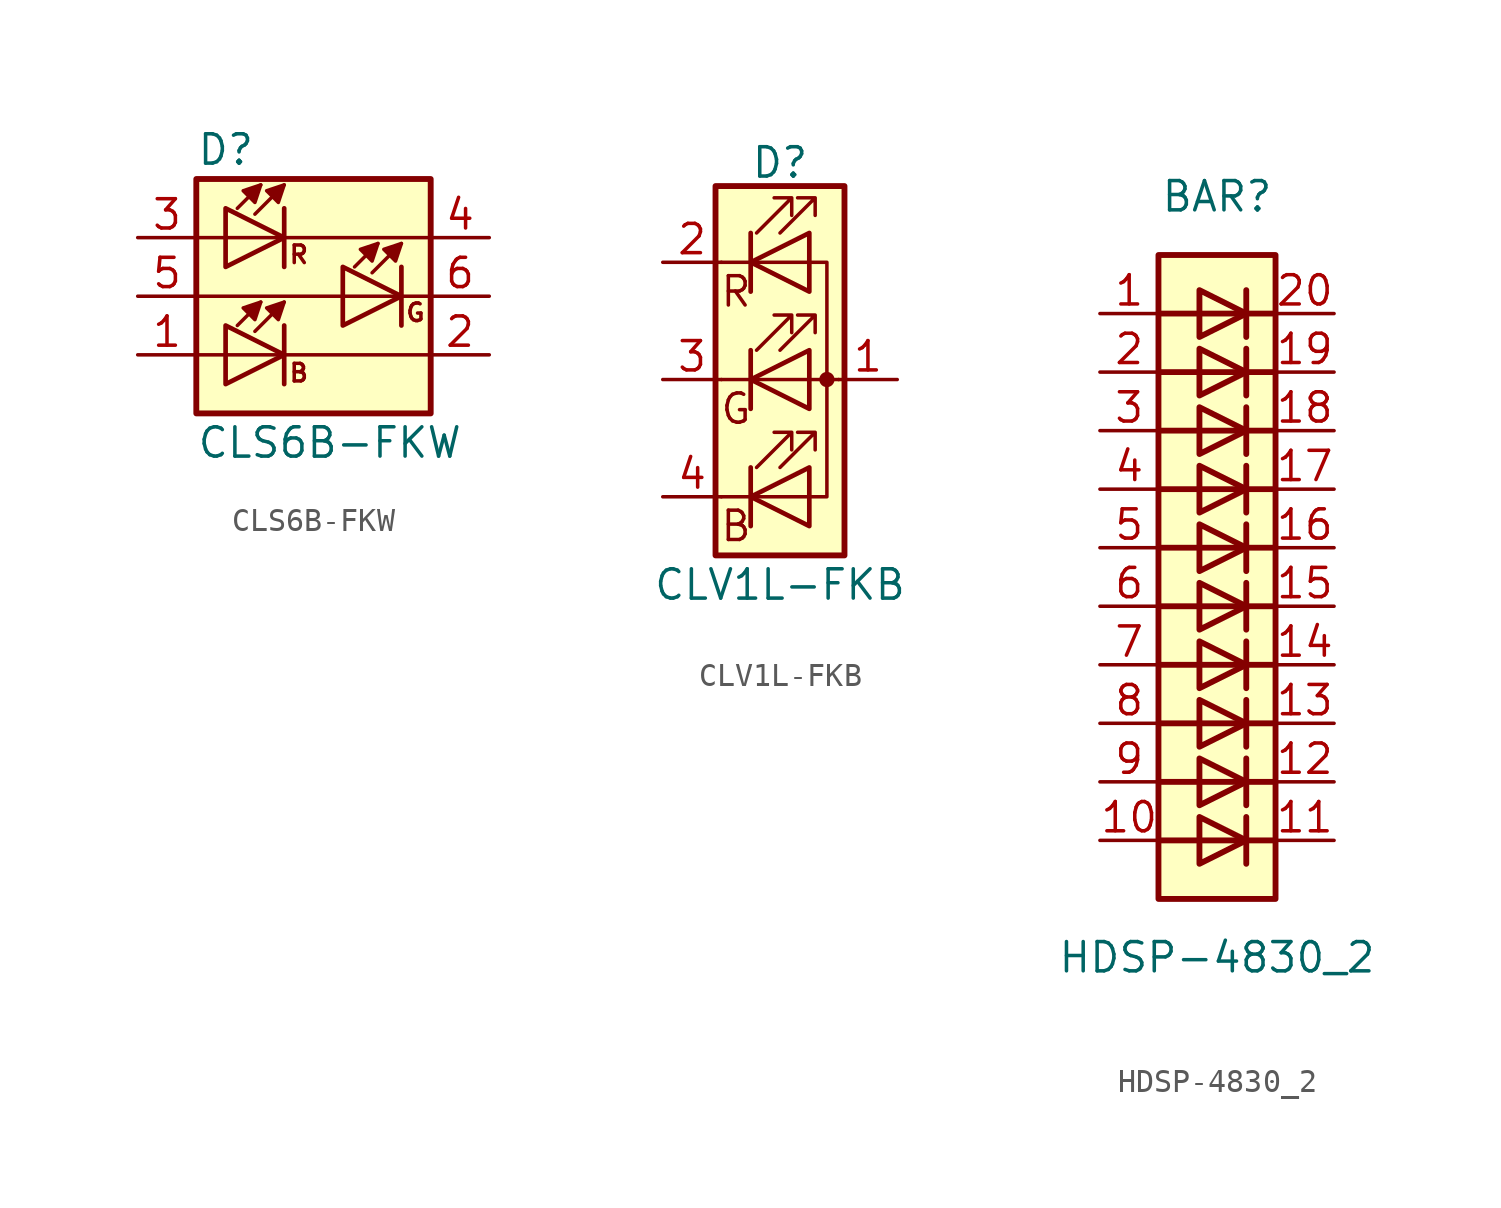
<source format=kicad_sym>
(kicad_symbol_lib
  (version 20201005)
  (generator kicad_symbol_editor)
  (symbol "CLS6B-FKW"
    (pin_names hide)
    (property "Reference" "D"
      (at -5.08 6.35 0)
      (effects (font (size 1.27 1.27)) (justify left)))
    (property "Value" "CLS6B-FKW"
      (at -5.08 -6.35 0)
      (effects (font (size 1.27 1.27)) (justify left)))
    (symbol "CLS6B-FKW_0_0"
      (text "B" (at -0.635 -3.327 0) (effects (font (size 0.762 0.762))))
      (text "G" (at 4.42 -0.711 0) (effects (font (size 0.762 0.762))))
      (text "R" (at -0.635 1.803 0) (effects (font (size 0.762 0.762)))))
    (symbol "CLS6B-FKW_0_1"
      (rectangle (start -5.08 5.08) (end 5.08 -5.08) (stroke (width 0.254)) (fill (type background)))
      (polyline (pts (xy -5.105 0) (xy 5.08 0)) (stroke (width 0)) (fill (type none)))
      (polyline (pts (xy -5.08 -2.54) (xy 5.08 -2.54)) (stroke (width 0)) (fill (type none)))
      (polyline (pts (xy -5.08 2.54) (xy 5.08 2.54)) (stroke (width 0)) (fill (type none)))
      (polyline (pts (xy -2.54 -1.524) (xy -1.27 -0.254)) (stroke (width 0)) (fill (type none)))
      (polyline (pts (xy -2.54 3.556) (xy -1.27 4.826)) (stroke (width 0)) (fill (type none)))
      (polyline (pts (xy -2.286 -0.254) (xy -3.302 -1.27)) (stroke (width 0)) (fill (type none)))
      (polyline (pts (xy -2.286 4.826) (xy -3.302 3.81)) (stroke (width 0)) (fill (type none)))
      (polyline (pts (xy -1.27 -1.27) (xy -1.27 -3.81)) (stroke (width 0.203)) (fill (type none)))
      (polyline (pts (xy -1.27 3.81) (xy -1.27 1.27)) (stroke (width 0.203)) (fill (type none)))
      (polyline (pts (xy 2.54 1.016) (xy 3.81 2.286)) (stroke (width 0)) (fill (type none)))
      (polyline (pts (xy 2.794 2.286) (xy 1.778 1.27)) (stroke (width 0)) (fill (type none)))
      (polyline (pts (xy 3.81 1.27) (xy 3.81 -1.27)) (stroke (width 0.203)) (fill (type none)))
      (polyline (pts (xy -3.81 -1.27) (xy -3.81 -3.81) (xy -1.27 -2.54) (xy -3.81 -1.27)) (stroke (width 0.203)) (fill (type none)))
      (polyline (pts (xy -3.81 3.81) (xy -3.81 1.27) (xy -1.27 2.54) (xy -3.81 3.81)) (stroke (width 0.203)) (fill (type none)))
      (polyline (pts (xy -2.286 -0.254) (xy -2.54 -1.016) (xy -3.048 -0.508) (xy -2.286 -0.254)) (stroke (width 0)) (fill (type outline)))
      (polyline (pts (xy -2.286 4.826) (xy -2.54 4.064) (xy -3.048 4.572) (xy -2.286 4.826)) (stroke (width 0)) (fill (type outline)))
      (polyline (pts (xy -1.27 -0.254) (xy -1.524 -1.016) (xy -2.032 -0.508) (xy -1.27 -0.254)) (stroke (width 0)) (fill (type outline)))
      (polyline (pts (xy -1.27 4.826) (xy -1.524 4.064) (xy -2.032 4.572) (xy -1.27 4.826)) (stroke (width 0)) (fill (type outline)))
      (polyline (pts (xy 1.27 1.27) (xy 1.27 -1.27) (xy 3.81 0) (xy 1.27 1.27)) (stroke (width 0.203)) (fill (type none)))
      (polyline (pts (xy 2.794 2.286) (xy 2.54 1.524) (xy 2.032 2.032) (xy 2.794 2.286)) (stroke (width 0)) (fill (type outline)))
      (polyline (pts (xy 3.81 2.286) (xy 3.556 1.524) (xy 3.048 2.032) (xy 3.81 2.286)) (stroke (width 0)) (fill (type outline))))
    (symbol "CLS6B-FKW_1_1"
      (pin passive line (at -7.62 -2.54 0) (length 2.54) (name "AB" (effects (font (size 1.27 1.27)))) (number "1" (effects (font (size 1.27 1.27)))))
      (pin passive line (at 7.62 -2.54 180) (length 2.54) (name "KB" (effects (font (size 1.27 1.27)))) (number "2" (effects (font (size 1.27 1.27)))))
      (pin passive line (at -7.62 2.54 0) (length 2.54) (name "AR" (effects (font (size 1.27 1.27)))) (number "3" (effects (font (size 1.27 1.27)))))
      (pin passive line (at 7.62 2.54 180) (length 2.54) (name "KR" (effects (font (size 1.27 1.27)))) (number "4" (effects (font (size 1.27 1.27)))))
      (pin passive line (at -7.62 0 0) (length 2.54) (name "AG" (effects (font (size 1.27 1.27)))) (number "5" (effects (font (size 1.27 1.27)))))
      (pin passive line (at 7.62 0 180) (length 2.54) (name "KR" (effects (font (size 1.27 1.27)))) (number "6" (effects (font (size 1.27 1.27)))))))
  (symbol "CLV1L-FKB"
    (pin_names
      (offset 0) hide)
    (property "Reference" "D"
      (at 0 9.398 0)
      (effects (font (size 1.27 1.27))))
    (property "Value" "CLV1L-FKB"
      (at 0 -8.89 0)
      (effects (font (size 1.27 1.27))))
    (symbol "CLV1L-FKB_0_0"
      (text "B" (at -1.905 -6.35 0) (effects (font (size 1.27 1.27))))
      (text "G" (at -1.905 -1.27 0) (effects (font (size 1.27 1.27))))
      (text "R" (at -1.905 3.81 0) (effects (font (size 1.27 1.27)))))
    (symbol "CLV1L-FKB_0_1"
      (circle (center 2.032 0) (radius 0.254) (stroke (width 0)) (fill (type outline)))
      (rectangle (start 1.27 6.35) (end 1.27 6.35) (stroke (width 0)) (fill (type none)))
      (rectangle (start 2.794 8.382) (end -2.794 -7.62) (stroke (width 0.254)) (fill (type background)))
      (polyline (pts (xy -2.54 -5.08) (xy 1.27 -5.08)) (stroke (width 0)) (fill (type none)))
      (polyline (pts (xy -1.27 -3.81) (xy -1.27 -6.35)) (stroke (width 0.203)) (fill (type none)))
      (polyline (pts (xy -1.27 1.27) (xy -1.27 -1.27)) (stroke (width 0.203)) (fill (type none)))
      (polyline (pts (xy -1.27 6.35) (xy -1.27 3.81)) (stroke (width 0.203)) (fill (type none)))
      (polyline (pts (xy 1.27 5.08) (xy -2.54 5.08)) (stroke (width 0)) (fill (type none)))
      (polyline (pts (xy 2.54 0) (xy -2.54 0)) (stroke (width 0)) (fill (type none)))
      (polyline (pts (xy 1.27 -5.08) (xy 2.032 -5.08) (xy 2.032 5.08) (xy 1.27 5.08)) (stroke (width 0)) (fill (type none)))
      (polyline (pts (xy 1.27 -3.81) (xy 1.27 -6.35) (xy -1.27 -5.08) (xy 1.27 -3.81)) (stroke (width 0.203)) (fill (type none)))
      (polyline (pts (xy 1.27 1.27) (xy 1.27 -1.27) (xy -1.27 0) (xy 1.27 1.27)) (stroke (width 0.203)) (fill (type none)))
      (polyline (pts (xy 1.27 6.35) (xy 1.27 3.81) (xy -1.27 5.08) (xy 1.27 6.35)) (stroke (width 0.203)) (fill (type none)))
      (polyline (pts (xy -1.016 -3.81) (xy 0.508 -2.286) (xy -0.254 -2.286) (xy 0.508 -2.286) (xy 0.508 -3.048)) (stroke (width 0)) (fill (type none)))
      (polyline (pts (xy -1.016 1.27) (xy 0.508 2.794) (xy -0.254 2.794) (xy 0.508 2.794) (xy 0.508 2.032)) (stroke (width 0)) (fill (type none)))
      (polyline (pts (xy -1.016 6.35) (xy 0.508 7.874) (xy -0.254 7.874) (xy 0.508 7.874) (xy 0.508 7.112)) (stroke (width 0)) (fill (type none)))
      (polyline (pts (xy 0 -3.81) (xy 1.524 -2.286) (xy 0.762 -2.286) (xy 1.524 -2.286) (xy 1.524 -3.048)) (stroke (width 0)) (fill (type none)))
      (polyline (pts (xy 0 1.27) (xy 1.524 2.794) (xy 0.762 2.794) (xy 1.524 2.794) (xy 1.524 2.032)) (stroke (width 0)) (fill (type none)))
      (polyline (pts (xy 0 6.35) (xy 1.524 7.874) (xy 0.762 7.874) (xy 1.524 7.874) (xy 1.524 7.112)) (stroke (width 0)) (fill (type none))))
    (symbol "CLV1L-FKB_1_1"
      (pin passive line (at 5.08 0 180) (length 2.54) (name "A" (effects (font (size 1.27 1.27)))) (number "1" (effects (font (size 1.27 1.27)))))
      (pin passive line (at -5.08 5.08 0) (length 2.54) (name "RK" (effects (font (size 1.27 1.27)))) (number "2" (effects (font (size 1.27 1.27)))))
      (pin passive line (at -5.08 0 0) (length 2.54) (name "GK" (effects (font (size 1.27 1.27)))) (number "3" (effects (font (size 1.27 1.27)))))
      (pin passive line (at -5.08 -5.08 0) (length 2.54) (name "BK" (effects (font (size 1.27 1.27)))) (number "4" (effects (font (size 1.27 1.27)))))))
  (symbol "HDSP-4830_2"
    (pin_names
      (offset 1.016) hide)
    (property "Reference" "BAR"
      (at 0 15.24 0)
      (effects (font (size 1.27 1.27))))
    (property "Value" "HDSP-4830_2"
      (at 0 -17.78 0)
      (effects (font (size 1.27 1.27))))
    (symbol "HDSP-4830_2_0_1"
      (rectangle (start -2.54 12.7) (end 2.54 -15.24) (stroke (width 0.254)) (fill (type background)))
      (polyline (pts (xy -2.54 -12.7) (xy 2.54 -12.7)) (stroke (width 0.254)) (fill (type none)))
      (polyline (pts (xy -2.54 -10.16) (xy 2.54 -10.16)) (stroke (width 0.254)) (fill (type none)))
      (polyline (pts (xy -2.54 -7.62) (xy 2.54 -7.62)) (stroke (width 0.254)) (fill (type none)))
      (polyline (pts (xy -2.54 -5.08) (xy 2.54 -5.08)) (stroke (width 0.254)) (fill (type none)))
      (polyline (pts (xy -2.54 0) (xy 2.54 0)) (stroke (width 0.254)) (fill (type none)))
      (polyline (pts (xy -2.54 5.08) (xy 2.54 5.08)) (stroke (width 0.254)) (fill (type none)))
      (polyline (pts (xy -2.54 7.62) (xy 2.54 7.62)) (stroke (width 0.254)) (fill (type none)))
      (polyline (pts (xy -2.54 10.16) (xy 2.54 10.16)) (stroke (width 0.254)) (fill (type none)))
      (polyline (pts (xy 1.27 -11.684) (xy 1.27 -13.716)) (stroke (width 0.254)) (fill (type none)))
      (polyline (pts (xy 1.27 -9.144) (xy 1.27 -11.176)) (stroke (width 0.254)) (fill (type none)))
      (polyline (pts (xy 1.27 -6.604) (xy 1.27 -8.636)) (stroke (width 0.254)) (fill (type none)))
      (polyline (pts (xy 1.27 -4.064) (xy 1.27 -6.096)) (stroke (width 0.254)) (fill (type none)))
      (polyline (pts (xy 1.27 -1.524) (xy 1.27 -3.556)) (stroke (width 0.254)) (fill (type none)))
      (polyline (pts (xy 1.27 1.016) (xy 1.27 -1.016)) (stroke (width 0.254)) (fill (type none)))
      (polyline (pts (xy 1.27 3.556) (xy 1.27 1.524)) (stroke (width 0.254)) (fill (type none)))
      (polyline (pts (xy 1.27 6.096) (xy 1.27 4.064)) (stroke (width 0.254)) (fill (type none)))
      (polyline (pts (xy 1.27 8.636) (xy 1.27 6.604)) (stroke (width 0.254)) (fill (type none)))
      (polyline (pts (xy 1.27 11.176) (xy 1.27 9.144)) (stroke (width 0.254)) (fill (type none)))
      (polyline (pts (xy 2.54 -2.54) (xy -2.54 -2.54)) (stroke (width 0.254)) (fill (type none)))
      (polyline (pts (xy 2.54 2.54) (xy -2.54 2.54)) (stroke (width 0.254)) (fill (type none)))
      (polyline (pts (xy -0.762 -11.684) (xy -0.762 -13.716) (xy 1.27 -12.7) (xy -0.762 -11.684)) (stroke (width 0.254)) (fill (type none)))
      (polyline (pts (xy -0.762 -9.144) (xy -0.762 -11.176) (xy 1.27 -10.16) (xy -0.762 -9.144)) (stroke (width 0.254)) (fill (type none)))
      (polyline (pts (xy -0.762 -6.604) (xy -0.762 -8.636) (xy 1.27 -7.62) (xy -0.762 -6.604)) (stroke (width 0.254)) (fill (type none)))
      (polyline (pts (xy -0.762 -4.064) (xy -0.762 -6.096) (xy 1.27 -5.08) (xy -0.762 -4.064)) (stroke (width 0.254)) (fill (type none)))
      (polyline (pts (xy -0.762 -1.524) (xy -0.762 -3.556) (xy 1.27 -2.54) (xy -0.762 -1.524)) (stroke (width 0.254)) (fill (type none)))
      (polyline (pts (xy -0.762 1.016) (xy -0.762 -1.016) (xy 1.27 0) (xy -0.762 1.016)) (stroke (width 0.254)) (fill (type none)))
      (polyline (pts (xy -0.762 3.556) (xy -0.762 1.524) (xy 1.27 2.54) (xy -0.762 3.556)) (stroke (width 0.254)) (fill (type none)))
      (polyline (pts (xy -0.762 6.096) (xy -0.762 4.064) (xy 1.27 5.08) (xy -0.762 6.096)) (stroke (width 0.254)) (fill (type none)))
      (polyline (pts (xy -0.762 8.636) (xy -0.762 6.604) (xy 1.27 7.62) (xy -0.762 8.636)) (stroke (width 0.254)) (fill (type none)))
      (polyline (pts (xy -0.762 11.176) (xy -0.762 9.144) (xy 1.27 10.16) (xy -0.762 11.176)) (stroke (width 0.254)) (fill (type none))))
    (symbol "HDSP-4830_2_1_1"
      (pin passive line (at -5.08 10.16 0) (length 2.54) (name "A" (effects (font (size 1.27 1.27)))) (number "1" (effects (font (size 1.27 1.27)))))
      (pin passive line (at -5.08 -12.7 0) (length 2.54) (name "A" (effects (font (size 1.27 1.27)))) (number "10" (effects (font (size 1.27 1.27)))))
      (pin passive line (at 5.08 -12.7 180) (length 2.54) (name "K" (effects (font (size 1.27 1.27)))) (number "11" (effects (font (size 1.27 1.27)))))
      (pin passive line (at 5.08 -10.16 180) (length 2.54) (name "K" (effects (font (size 1.27 1.27)))) (number "12" (effects (font (size 1.27 1.27)))))
      (pin passive line (at 5.08 -7.62 180) (length 2.54) (name "K" (effects (font (size 1.27 1.27)))) (number "13" (effects (font (size 1.27 1.27)))))
      (pin passive line (at 5.08 -5.08 180) (length 2.54) (name "K" (effects (font (size 1.27 1.27)))) (number "14" (effects (font (size 1.27 1.27)))))
      (pin passive line (at 5.08 -2.54 180) (length 2.54) (name "K" (effects (font (size 1.27 1.27)))) (number "15" (effects (font (size 1.27 1.27)))))
      (pin passive line (at 5.08 0 180) (length 2.54) (name "K" (effects (font (size 1.27 1.27)))) (number "16" (effects (font (size 1.27 1.27)))))
      (pin passive line (at 5.08 2.54 180) (length 2.54) (name "K" (effects (font (size 1.27 1.27)))) (number "17" (effects (font (size 1.27 1.27)))))
      (pin passive line (at 5.08 5.08 180) (length 2.54) (name "K" (effects (font (size 1.27 1.27)))) (number "18" (effects (font (size 1.27 1.27)))))
      (pin passive line (at 5.08 7.62 180) (length 2.54) (name "K" (effects (font (size 1.27 1.27)))) (number "19" (effects (font (size 1.27 1.27)))))
      (pin passive line (at -5.08 7.62 0) (length 2.54) (name "A" (effects (font (size 1.27 1.27)))) (number "2" (effects (font (size 1.27 1.27)))))
      (pin passive line (at 5.08 10.16 180) (length 2.54) (name "K" (effects (font (size 1.27 1.27)))) (number "20" (effects (font (size 1.27 1.27)))))
      (pin passive line (at -5.08 5.08 0) (length 2.54) (name "A" (effects (font (size 1.27 1.27)))) (number "3" (effects (font (size 1.27 1.27)))))
      (pin passive line (at -5.08 2.54 0) (length 2.54) (name "A" (effects (font (size 1.27 1.27)))) (number "4" (effects (font (size 1.27 1.27)))))
      (pin passive line (at -5.08 0 0) (length 2.54) (name "A" (effects (font (size 1.27 1.27)))) (number "5" (effects (font (size 1.27 1.27)))))
      (pin passive line (at -5.08 -2.54 0) (length 2.54) (name "A" (effects (font (size 1.27 1.27)))) (number "6" (effects (font (size 1.27 1.27)))))
      (pin passive line (at -5.08 -5.08 0) (length 2.54) (name "A" (effects (font (size 1.27 1.27)))) (number "7" (effects (font (size 1.27 1.27)))))
      (pin passive line (at -5.08 -7.62 0) (length 2.54) (name "A" (effects (font (size 1.27 1.27)))) (number "8" (effects (font (size 1.27 1.27)))))
      (pin passive line (at -5.08 -10.16 0) (length 2.54) (name "A" (effects (font (size 1.27 1.27)))) (number "9" (effects (font (size 1.27 1.27))))))))
</source>
